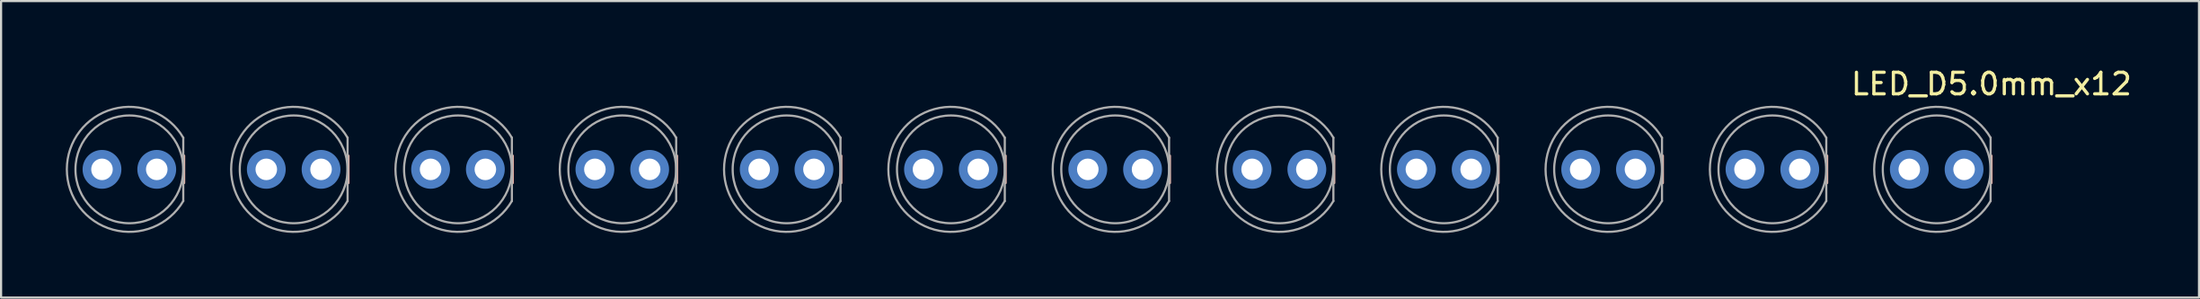
<source format=kicad_pcb>
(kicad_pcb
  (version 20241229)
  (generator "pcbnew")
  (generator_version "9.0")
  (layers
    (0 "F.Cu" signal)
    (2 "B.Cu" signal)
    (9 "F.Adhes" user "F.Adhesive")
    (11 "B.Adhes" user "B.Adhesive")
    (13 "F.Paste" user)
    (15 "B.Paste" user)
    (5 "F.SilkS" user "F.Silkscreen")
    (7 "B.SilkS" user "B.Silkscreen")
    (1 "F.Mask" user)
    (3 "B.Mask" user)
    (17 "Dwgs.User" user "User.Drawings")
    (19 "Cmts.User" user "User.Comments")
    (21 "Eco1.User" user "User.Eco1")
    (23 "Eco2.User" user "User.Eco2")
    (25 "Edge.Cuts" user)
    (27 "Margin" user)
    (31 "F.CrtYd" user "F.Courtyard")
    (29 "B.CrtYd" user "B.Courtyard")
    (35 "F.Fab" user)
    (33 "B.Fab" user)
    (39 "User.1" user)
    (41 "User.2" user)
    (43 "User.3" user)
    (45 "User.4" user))
  (footprint "LED_D5.0mm_x12"
    (layer "F.Cu")
    (at 88.04 4.808)
    (property "Reference" "LED_D5.0mm_x12" (at 1.27 -3.96 0) (layer "F.SilkS") (effects (font (size 1 1) (thickness 0.15))))
    (attr through_hole)
    (fp_line (start -82.55 -0.635) (end -82.55 0.635) (stroke (width 0.1) (type solid)) (layer "B.SilkS"))
    (fp_line (start -74.93 -0.635) (end -74.93 0.635) (stroke (width 0.1) (type solid)) (layer "B.SilkS"))
    (fp_line (start -67.31 -0.635) (end -67.31 0.635) (stroke (width 0.1) (type solid)) (layer "B.SilkS"))
    (fp_line (start -59.69 -0.635) (end -59.69 0.635) (stroke (width 0.1) (type solid)) (layer "B.SilkS"))
    (fp_line (start -52.07 -0.635) (end -52.07 0.635) (stroke (width 0.1) (type solid)) (layer "B.SilkS"))
    (fp_line (start -44.45 -0.635) (end -44.45 0.635) (stroke (width 0.1) (type solid)) (layer "B.SilkS"))
    (fp_line (start -36.83 -0.635) (end -36.83 0.635) (stroke (width 0.1) (type solid)) (layer "B.SilkS"))
    (fp_line (start -29.21 -0.635) (end -29.21 0.635) (stroke (width 0.1) (type solid)) (layer "B.SilkS"))
    (fp_line (start -21.59 -0.635) (end -21.59 0.635) (stroke (width 0.1) (type solid)) (layer "B.SilkS"))
    (fp_line (start -13.97 -0.635) (end -13.97 0.635) (stroke (width 0.1) (type solid)) (layer "B.SilkS"))
    (fp_line (start -6.35 -0.635) (end -6.35 0.635) (stroke (width 0.1) (type solid)) (layer "B.SilkS"))
    (fp_line (start 1.27 -0.635) (end 1.27 0.635) (stroke (width 0.1) (type solid)) (layer "B.SilkS"))
    (fp_line (start -82.59 1.47) (end -82.59 -1.47) (stroke (width 0.1) (type solid)) (layer "F.Fab"))
    (fp_line (start -74.97 1.47) (end -74.97 -1.47) (stroke (width 0.1) (type solid)) (layer "F.Fab"))
    (fp_line (start -67.35 1.47) (end -67.35 -1.47) (stroke (width 0.1) (type solid)) (layer "F.Fab"))
    (fp_line (start -59.73 1.47) (end -59.73 -1.47) (stroke (width 0.1) (type solid)) (layer "F.Fab"))
    (fp_line (start -52.11 1.47) (end -52.11 -1.47) (stroke (width 0.1) (type solid)) (layer "F.Fab"))
    (fp_line (start -44.49 1.47) (end -44.49 -1.47) (stroke (width 0.1) (type solid)) (layer "F.Fab"))
    (fp_line (start -36.87 1.47) (end -36.87 -1.47) (stroke (width 0.1) (type solid)) (layer "F.Fab"))
    (fp_line (start -29.25 1.47) (end -29.25 -1.47) (stroke (width 0.1) (type solid)) (layer "F.Fab"))
    (fp_line (start -21.63 1.47) (end -21.63 -1.47) (stroke (width 0.1) (type solid)) (layer "F.Fab"))
    (fp_line (start -14.01 1.47) (end -14.01 -1.47) (stroke (width 0.1) (type solid)) (layer "F.Fab"))
    (fp_line (start -6.39 1.47) (end -6.39 -1.47) (stroke (width 0.1) (type solid)) (layer "F.Fab"))
    (fp_line (start 1.23 1.47) (end 1.23 -1.47) (stroke (width 0.1) (type solid)) (layer "F.Fab"))
    (fp_arc (start -82.59 1.469694) (mid -87.99 -0.000016) (end -82.589984 -1.469666) (stroke (width 0.1) (type solid)) (layer "F.Fab"))
    (fp_arc (start -74.97 1.469694) (mid -80.37 -0.000016) (end -74.969984 -1.469666) (stroke (width 0.1) (type solid)) (layer "F.Fab"))
    (fp_arc (start -67.35 1.469694) (mid -72.75 -0.000016) (end -67.349984 -1.469666) (stroke (width 0.1) (type solid)) (layer "F.Fab"))
    (fp_arc (start -59.73 1.469694) (mid -65.13 -0.000016) (end -59.729984 -1.469666) (stroke (width 0.1) (type solid)) (layer "F.Fab"))
    (fp_arc (start -52.11 1.469694) (mid -57.51 -0.000016) (end -52.109984 -1.469666) (stroke (width 0.1) (type solid)) (layer "F.Fab"))
    (fp_arc (start -44.49 1.469694) (mid -49.89 -0.000016) (end -44.489984 -1.469666) (stroke (width 0.1) (type solid)) (layer "F.Fab"))
    (fp_arc (start -36.87 1.469694) (mid -42.27 -0.000016) (end -36.869984 -1.469666) (stroke (width 0.1) (type solid)) (layer "F.Fab"))
    (fp_arc (start -29.25 1.469694) (mid -34.65 -0.000016) (end -29.249984 -1.469666) (stroke (width 0.1) (type solid)) (layer "F.Fab"))
    (fp_arc (start -21.63 1.469694) (mid -27.03 -0.000016) (end -21.629984 -1.469666) (stroke (width 0.1) (type solid)) (layer "F.Fab"))
    (fp_arc (start -14.01 1.469694) (mid -19.41 -0.000016) (end -14.009984 -1.469666) (stroke (width 0.1) (type solid)) (layer "F.Fab"))
    (fp_arc (start -6.39 1.469694) (mid -11.79 -0.000016) (end -6.389984 -1.469666) (stroke (width 0.1) (type solid)) (layer "F.Fab"))
    (fp_arc (start 1.23 1.469694) (mid -4.17 -0.000016) (end 1.230016 -1.469666) (stroke (width 0.1) (type solid)) (layer "F.Fab"))
    (fp_circle (center -85.09 0) (end -87.59 0) (stroke (width 0.1) (type solid)) (fill no) (layer "F.Fab"))
    (fp_circle (center -77.47 0) (end -79.97 0) (stroke (width 0.1) (type solid)) (fill no) (layer "F.Fab"))
    (fp_circle (center -69.85 0) (end -72.35 0) (stroke (width 0.1) (type solid)) (fill no) (layer "F.Fab"))
    (fp_circle (center -62.23 0) (end -64.73 0) (stroke (width 0.1) (type solid)) (fill no) (layer "F.Fab"))
    (fp_circle (center -54.61 0) (end -57.11 0) (stroke (width 0.1) (type solid)) (fill no) (layer "F.Fab"))
    (fp_circle (center -46.99 0) (end -49.49 0) (stroke (width 0.1) (type solid)) (fill no) (layer "F.Fab"))
    (fp_circle (center -39.37 0) (end -41.87 0) (stroke (width 0.1) (type solid)) (fill no) (layer "F.Fab"))
    (fp_circle (center -31.75 0) (end -34.25 0) (stroke (width 0.1) (type solid)) (fill no) (layer "F.Fab"))
    (fp_circle (center -24.13 0) (end -26.63 0) (stroke (width 0.1) (type solid)) (fill no) (layer "F.Fab"))
    (fp_circle (center -16.51 0) (end -19.01 0) (stroke (width 0.1) (type solid)) (fill no) (layer "F.Fab"))
    (fp_circle (center -8.89 0) (end -11.39 0) (stroke (width 0.1) (type solid)) (fill no) (layer "F.Fab"))
    (fp_circle (center -1.27 0) (end -3.77 0) (stroke (width 0.1) (type solid)) (fill no) (layer "F.Fab"))
    (pad "1" thru_hole circle (at 0 0 180) (size 1.4 1.4) (drill 1) (layers "*.Cu" "B.Mask"))
    (pad "1" smd circle (at 0 0 180) (size 1.8 1.8) (layers "B.Cu" "B.Mask" "B.Paste"))
    (pad "2" thru_hole circle (at -2.54 0 180) (size 1.4 1.4) (drill 1) (layers "*.Cu" "B.Mask"))
    (pad "2" smd circle (at -2.54 0 180) (size 1.8 1.8) (layers "B.Cu" "B.Mask" "B.Paste"))
    (pad "3" thru_hole circle (at -7.62 0 180) (size 1.4 1.4) (drill 1) (layers "*.Cu" "B.Mask"))
    (pad "3" smd circle (at -7.62 0 180) (size 1.8 1.8) (layers "B.Cu" "B.Mask" "B.Paste"))
    (pad "4" thru_hole circle (at -10.16 0 180) (size 1.4 1.4) (drill 1) (layers "*.Cu" "B.Mask"))
    (pad "4" smd circle (at -10.16 0 180) (size 1.8 1.8) (layers "B.Cu" "B.Mask" "B.Paste"))
    (pad "5" thru_hole circle (at -15.24 0 180) (size 1.4 1.4) (drill 1) (layers "*.Cu" "B.Mask"))
    (pad "5" smd circle (at -15.24 0 180) (size 1.8 1.8) (layers "B.Cu" "B.Mask" "B.Paste"))
    (pad "6" thru_hole circle (at -17.78 0 180) (size 1.4 1.4) (drill 1) (layers "*.Cu" "B.Mask"))
    (pad "6" smd circle (at -17.78 0 180) (size 1.8 1.8) (layers "B.Cu" "B.Mask" "B.Paste"))
    (pad "7" thru_hole circle (at -22.86 0 180) (size 1.4 1.4) (drill 1) (layers "*.Cu" "B.Mask"))
    (pad "7" smd circle (at -22.86 0 180) (size 1.8 1.8) (layers "B.Cu" "B.Mask" "B.Paste"))
    (pad "8" thru_hole circle (at -25.4 0 180) (size 1.4 1.4) (drill 1) (layers "*.Cu" "B.Mask"))
    (pad "8" smd circle (at -25.4 0 180) (size 1.8 1.8) (layers "B.Cu" "B.Mask" "B.Paste"))
    (pad "9" thru_hole circle (at -30.48 0 180) (size 1.4 1.4) (drill 1) (layers "*.Cu" "B.Mask"))
    (pad "9" smd circle (at -30.48 0 180) (size 1.8 1.8) (layers "B.Cu" "B.Mask" "B.Paste"))
    (pad "10" thru_hole circle (at -33.02 0 180) (size 1.4 1.4) (drill 1) (layers "*.Cu" "B.Mask"))
    (pad "10" smd circle (at -33.02 0 180) (size 1.8 1.8) (layers "B.Cu" "B.Mask" "B.Paste"))
    (pad "11" thru_hole circle (at -38.1 0 180) (size 1.4 1.4) (drill 1) (layers "*.Cu" "B.Mask"))
    (pad "11" smd circle (at -38.1 0 180) (size 1.8 1.8) (layers "B.Cu" "B.Mask" "B.Paste"))
    (pad "12" thru_hole circle (at -40.64 0 180) (size 1.4 1.4) (drill 1) (layers "*.Cu" "B.Mask"))
    (pad "12" smd circle (at -40.64 0 180) (size 1.8 1.8) (layers "B.Cu" "B.Mask" "B.Paste"))
    (pad "13" thru_hole circle (at -45.72 0 180) (size 1.4 1.4) (drill 1) (layers "*.Cu" "B.Mask"))
    (pad "13" smd circle (at -45.72 0 180) (size 1.8 1.8) (layers "B.Cu" "B.Mask" "B.Paste"))
    (pad "14" thru_hole circle (at -48.26 0 180) (size 1.4 1.4) (drill 1) (layers "*.Cu" "B.Mask"))
    (pad "14" smd circle (at -48.26 0 180) (size 1.8 1.8) (layers "B.Cu" "B.Mask" "B.Paste"))
    (pad "15" thru_hole circle (at -53.34 0 180) (size 1.4 1.4) (drill 1) (layers "*.Cu" "B.Mask"))
    (pad "15" smd circle (at -53.34 0 180) (size 1.8 1.8) (layers "B.Cu" "B.Mask" "B.Paste"))
    (pad "16" thru_hole circle (at -55.88 0 180) (size 1.4 1.4) (drill 1) (layers "*.Cu" "B.Mask"))
    (pad "16" smd circle (at -55.88 0 180) (size 1.8 1.8) (layers "B.Cu" "B.Mask" "B.Paste"))
    (pad "17" thru_hole circle (at -60.96 0 180) (size 1.4 1.4) (drill 1) (layers "*.Cu" "B.Mask"))
    (pad "17" smd circle (at -60.96 0 180) (size 1.8 1.8) (layers "B.Cu" "B.Mask" "B.Paste"))
    (pad "18" thru_hole circle (at -63.5 0 180) (size 1.4 1.4) (drill 1) (layers "*.Cu" "B.Mask"))
    (pad "18" smd circle (at -63.5 0 180) (size 1.8 1.8) (layers "B.Cu" "B.Mask" "B.Paste"))
    (pad "19" thru_hole circle (at -68.58 0 180) (size 1.4 1.4) (drill 1) (layers "*.Cu" "B.Mask"))
    (pad "19" smd circle (at -68.58 0 180) (size 1.8 1.8) (layers "B.Cu" "B.Mask" "B.Paste"))
    (pad "20" thru_hole circle (at -71.12 0 180) (size 1.4 1.4) (drill 1) (layers "*.Cu" "B.Mask"))
    (pad "20" smd circle (at -71.12 0 180) (size 1.8 1.8) (layers "B.Cu" "B.Mask" "B.Paste"))
    (pad "21" thru_hole circle (at -76.2 0 180) (size 1.4 1.4) (drill 1) (layers "*.Cu" "B.Mask"))
    (pad "21" smd circle (at -76.2 0 180) (size 1.8 1.8) (layers "B.Cu" "B.Mask" "B.Paste"))
    (pad "22" thru_hole circle (at -78.74 0 180) (size 1.4 1.4) (drill 1) (layers "*.Cu" "B.Mask"))
    (pad "22" smd circle (at -78.74 0 180) (size 1.8 1.8) (layers "B.Cu" "B.Mask" "B.Paste"))
    (pad "23" thru_hole circle (at -83.82 0 180) (size 1.4 1.4) (drill 1) (layers "*.Cu" "B.Mask"))
    (pad "23" smd circle (at -83.82 0 180) (size 1.8 1.8) (layers "B.Cu" "B.Mask" "B.Paste"))
    (pad "24" thru_hole circle (at -86.36 0 180) (size 1.4 1.4) (drill 1) (layers "*.Cu" "B.Mask"))
    (pad "24" smd circle (at -86.36 0 180) (size 1.8 1.8) (layers "B.Cu" "B.Mask" "B.Paste")))
  (gr_rect
    (start -3 -3)
    (end 98.935 10.758)
    (stroke (width 0.1) (type default))
    (fill no)
    (layer "Edge.Cuts")))
</source>
